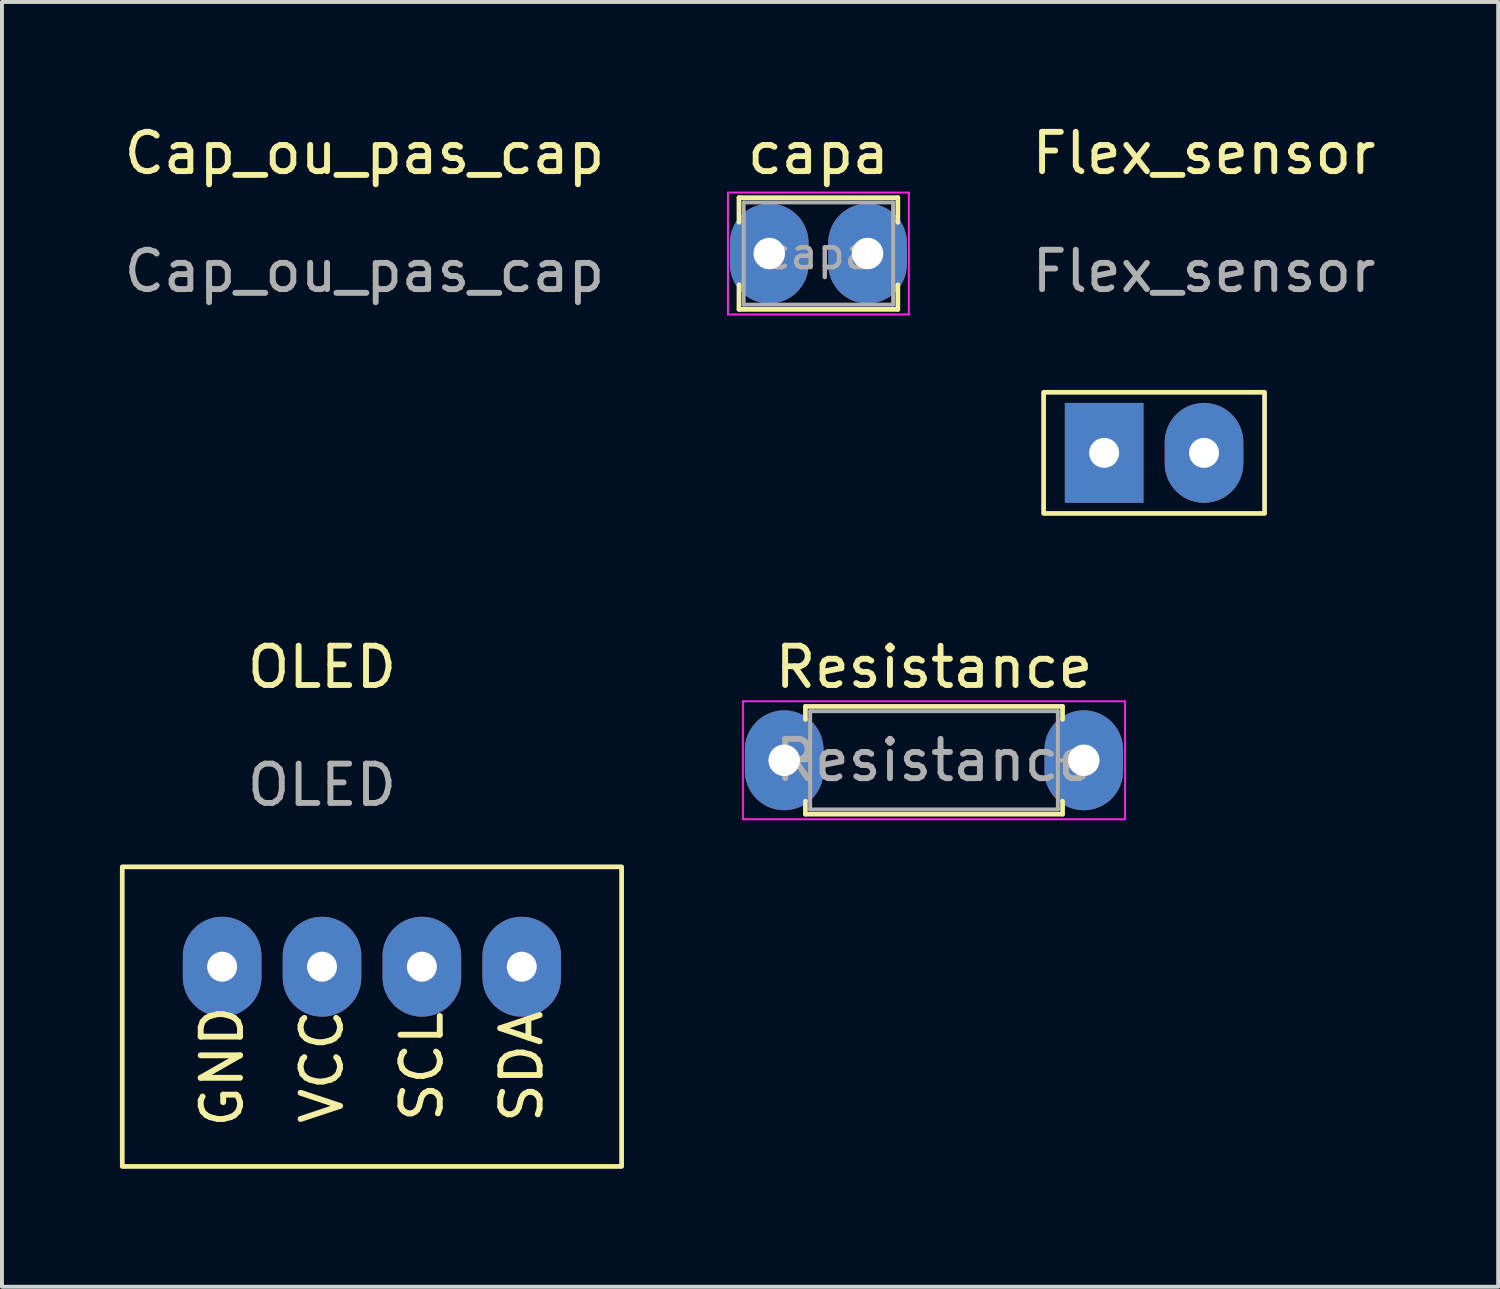
<source format=kicad_pcb>
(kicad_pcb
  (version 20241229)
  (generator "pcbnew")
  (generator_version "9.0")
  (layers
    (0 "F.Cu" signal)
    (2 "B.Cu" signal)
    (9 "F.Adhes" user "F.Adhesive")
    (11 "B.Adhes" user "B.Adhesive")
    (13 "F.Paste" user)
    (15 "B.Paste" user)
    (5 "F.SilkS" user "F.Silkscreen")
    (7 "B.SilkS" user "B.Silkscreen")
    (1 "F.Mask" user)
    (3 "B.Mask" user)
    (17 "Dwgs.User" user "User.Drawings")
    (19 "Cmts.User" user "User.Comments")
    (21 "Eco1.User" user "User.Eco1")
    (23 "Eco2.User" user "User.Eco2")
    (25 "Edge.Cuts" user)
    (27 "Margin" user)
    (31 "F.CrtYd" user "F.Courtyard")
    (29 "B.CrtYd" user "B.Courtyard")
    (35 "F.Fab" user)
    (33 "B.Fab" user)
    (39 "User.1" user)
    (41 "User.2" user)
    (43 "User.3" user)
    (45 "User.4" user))
  (footprint "Flex_sensor"
    (layer "F.Cu")
    (at 27.573 5.928)
    (property "Reference" "Flex_sensor" (at 0 -5.08 0) (unlocked yes) (layer "F.SilkS") (effects (font (size 1 1) (thickness 0.15))))
    (attr through_hole)
    (fp_rect (start -4.08 1) (end 1.54 4.08) (stroke (width 0.12) (type solid)) (fill no) (layer "F.SilkS"))
    (fp_text user "${REFERENCE}" (at 0 -2.08 0) (unlocked yes) (layer "F.Fab") (effects (font (size 1 1) (thickness 0.15))))
    (pad "1" thru_hole rect (at -2.54 2.54) (size 2 2.54) (drill 0.762) (layers "*.Cu" "*.Mask"))
    (pad "2" thru_hole oval (at 0 2.54) (size 2 2.54) (drill 0.762) (layers "*.Cu" "*.Mask")))
  (footprint "OLED"
    (layer "F.Cu")
    (at 7.68 21.537)
    (property "Reference" "OLED" (at -2.54 -7.62 0) (unlocked yes) (layer "F.SilkS") (effects (font (size 1 1) (thickness 0.15))))
    (attr through_hole)
    (fp_rect (start -7.62 -2.54) (end 5.08 5.08) (stroke (width 0.12) (type solid)) (fill no) (layer "F.SilkS"))
    (fp_text user "GND" (at -5.08 2.54 90) (unlocked yes) (layer "F.SilkS") (effects (font (size 1 1) (thickness 0.15))))
    (fp_text user "SDA" (at 2.54 2.54 90) (unlocked yes) (layer "F.SilkS") (effects (font (size 1 1) (thickness 0.15))))
    (fp_text user "VCC" (at -2.54 2.54 90) (unlocked yes) (layer "F.SilkS") (effects (font (size 1 1) (thickness 0.15))))
    (fp_text user "SCL" (at 0 2.54 90) (unlocked yes) (layer "F.SilkS") (effects (font (size 1 1) (thickness 0.15))))
    (fp_text user "${REFERENCE}" (at -2.54 -4.62 0) (unlocked yes) (layer "F.Fab") (effects (font (size 1 1) (thickness 0.15))))
    (pad "1" thru_hole oval (at -5.08 0) (size 2 2.54) (drill 0.762) (layers "*.Cu" "*.Mask"))
    (pad "2" thru_hole oval (at -2.54 0) (size 2 2.54) (drill 0.762) (layers "*.Cu" "*.Mask"))
    (pad "3" thru_hole oval (at 0 0) (size 2 2.54) (drill 0.762) (layers "*.Cu" "*.Mask"))
    (pad "4" thru_hole oval (at 2.54 0) (size 2 2.54) (drill 0.762) (layers "*.Cu" "*.Mask")))
  (footprint "Resistance"
    (layer "F.Cu")
    (at 16.895 16.287)
    (property "Reference" "Resistance" (at 3.81 -2.37 0) (layer "F.SilkS") (effects (font (size 1 1) (thickness 0.15))))
    (attr through_hole)
    (fp_line (start 0.54 -1.37) (end 7.08 -1.37) (stroke (width 0.12) (type solid)) (layer "F.SilkS"))
    (fp_line (start 0.54 -1.04) (end 0.54 -1.37) (stroke (width 0.12) (type solid)) (layer "F.SilkS"))
    (fp_line (start 0.54 1.04) (end 0.54 1.37) (stroke (width 0.12) (type solid)) (layer "F.SilkS"))
    (fp_line (start 0.54 1.37) (end 7.08 1.37) (stroke (width 0.12) (type solid)) (layer "F.SilkS"))
    (fp_line (start 7.08 -1.37) (end 7.08 -1.04) (stroke (width 0.12) (type solid)) (layer "F.SilkS"))
    (fp_line (start 7.08 1.37) (end 7.08 1.04) (stroke (width 0.12) (type solid)) (layer "F.SilkS"))
    (fp_line (start -1.05 -1.5) (end -1.05 1.5) (stroke (width 0.05) (type solid)) (layer "F.CrtYd"))
    (fp_line (start -1.05 1.5) (end 8.67 1.5) (stroke (width 0.05) (type solid)) (layer "F.CrtYd"))
    (fp_line (start 8.67 -1.5) (end -1.05 -1.5) (stroke (width 0.05) (type solid)) (layer "F.CrtYd"))
    (fp_line (start 8.67 1.5) (end 8.67 -1.5) (stroke (width 0.05) (type solid)) (layer "F.CrtYd"))
    (fp_line (start 0 0) (end 0.66 0) (stroke (width 0.1) (type solid)) (layer "F.Fab"))
    (fp_line (start 0.66 -1.25) (end 0.66 1.25) (stroke (width 0.1) (type solid)) (layer "F.Fab"))
    (fp_line (start 0.66 1.25) (end 6.96 1.25) (stroke (width 0.1) (type solid)) (layer "F.Fab"))
    (fp_line (start 6.96 -1.25) (end 0.66 -1.25) (stroke (width 0.1) (type solid)) (layer "F.Fab"))
    (fp_line (start 6.96 1.25) (end 6.96 -1.25) (stroke (width 0.1) (type solid)) (layer "F.Fab"))
    (fp_line (start 7.62 0) (end 6.96 0) (stroke (width 0.1) (type solid)) (layer "F.Fab"))
    (fp_text user "${REFERENCE}" (at 3.81 0 0) (layer "F.Fab") (effects (font (size 1 1) (thickness 0.15))))
    (pad "1" thru_hole oval (at 0 0) (size 2 2.54) (drill 0.8) (layers "*.Cu" "*.Mask"))
    (pad "2" thru_hole oval (at 7.62 0) (size 2 2.54) (drill 0.8) (layers "*.Cu" "*.Mask")))
  (footprint "Cap_ou_pas_cap"
    (layer "F.Cu")
    (at 6.22 1.348)
    (property "Reference" "Cap_ou_pas_cap" (at 0 -0.5 0) (unlocked yes) (layer "F.SilkS") (effects (font (size 1 1) (thickness 0.15))))
    (attr through_hole)
    (fp_text user "${REFERENCE}" (at 0 2.5 0) (unlocked yes) (layer "F.Fab") (effects (font (size 1 1) (thickness 0.15)))))
  (footprint "capa"
    (layer "F.Cu")
    (at 16.515 3.398)
    (property "Reference" "capa" (at 1.25 -2.55 0) (layer "F.SilkS") (effects (font (size 1 1) (thickness 0.15))))
    (attr through_hole)
    (fp_line (start -0.77 -1.42) (end -0.77 -0.795) (stroke (width 0.12) (type solid)) (layer "F.SilkS"))
    (fp_line (start -0.77 -1.42) (end 3.27 -1.42) (stroke (width 0.12) (type solid)) (layer "F.SilkS"))
    (fp_line (start -0.77 0.795) (end -0.77 1.42) (stroke (width 0.12) (type solid)) (layer "F.SilkS"))
    (fp_line (start -0.77 1.42) (end 3.27 1.42) (stroke (width 0.12) (type solid)) (layer "F.SilkS"))
    (fp_line (start 3.27 -1.42) (end 3.27 -0.795) (stroke (width 0.12) (type solid)) (layer "F.SilkS"))
    (fp_line (start 3.27 0.795) (end 3.27 1.42) (stroke (width 0.12) (type solid)) (layer "F.SilkS"))
    (fp_line (start -1.05 -1.55) (end -1.05 1.55) (stroke (width 0.05) (type solid)) (layer "F.CrtYd"))
    (fp_line (start -1.05 1.55) (end 3.55 1.55) (stroke (width 0.05) (type solid)) (layer "F.CrtYd"))
    (fp_line (start 3.55 -1.55) (end -1.05 -1.55) (stroke (width 0.05) (type solid)) (layer "F.CrtYd"))
    (fp_line (start 3.55 1.55) (end 3.55 -1.55) (stroke (width 0.05) (type solid)) (layer "F.CrtYd"))
    (fp_line (start -0.65 -1.3) (end -0.65 1.3) (stroke (width 0.1) (type solid)) (layer "F.Fab"))
    (fp_line (start -0.65 1.3) (end 3.15 1.3) (stroke (width 0.1) (type solid)) (layer "F.Fab"))
    (fp_line (start 3.15 -1.3) (end -0.65 -1.3) (stroke (width 0.1) (type solid)) (layer "F.Fab"))
    (fp_line (start 3.15 1.3) (end 3.15 -1.3) (stroke (width 0.1) (type solid)) (layer "F.Fab"))
    (fp_text user "${REFERENCE}" (at 1.25 0 0) (layer "F.Fab") (effects (font (size 0.76 0.76) (thickness 0.114))))
    (pad "1" thru_hole oval (at 0 0) (size 2 2.54) (drill 0.8) (layers "*.Cu" "*.Mask"))
    (pad "2" thru_hole oval (at 2.5 0) (size 2 2.54) (drill 0.8) (layers "*.Cu" "*.Mask")))
  (gr_rect
    (start -3 -3)
    (end 35.055 29.677)
    (stroke (width 0.1) (type default))
    (fill no)
    (layer "Edge.Cuts")))
</source>
